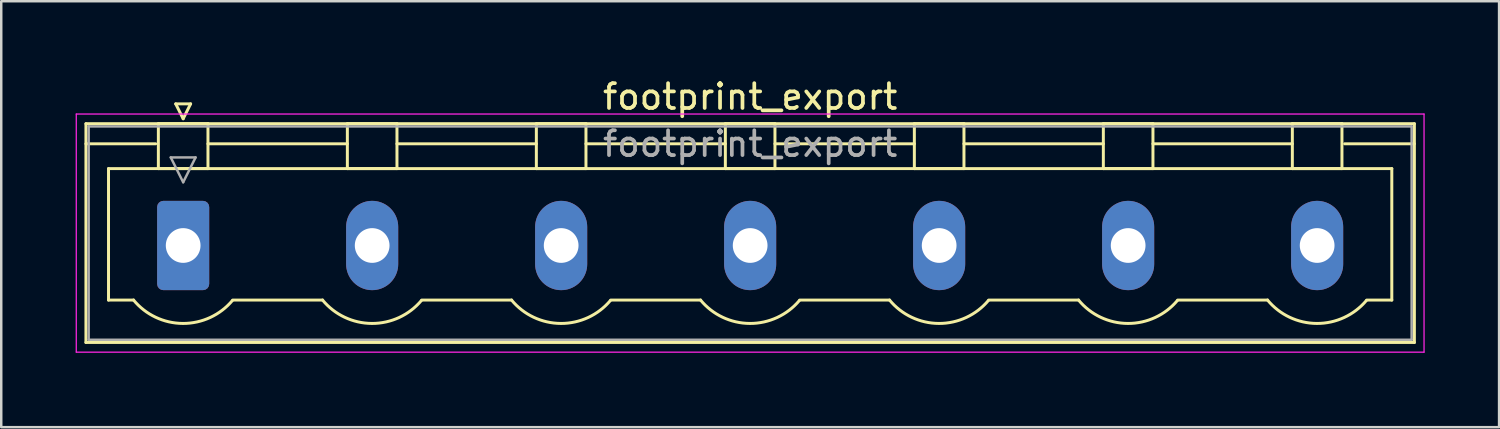
<source format=kicad_pcb>
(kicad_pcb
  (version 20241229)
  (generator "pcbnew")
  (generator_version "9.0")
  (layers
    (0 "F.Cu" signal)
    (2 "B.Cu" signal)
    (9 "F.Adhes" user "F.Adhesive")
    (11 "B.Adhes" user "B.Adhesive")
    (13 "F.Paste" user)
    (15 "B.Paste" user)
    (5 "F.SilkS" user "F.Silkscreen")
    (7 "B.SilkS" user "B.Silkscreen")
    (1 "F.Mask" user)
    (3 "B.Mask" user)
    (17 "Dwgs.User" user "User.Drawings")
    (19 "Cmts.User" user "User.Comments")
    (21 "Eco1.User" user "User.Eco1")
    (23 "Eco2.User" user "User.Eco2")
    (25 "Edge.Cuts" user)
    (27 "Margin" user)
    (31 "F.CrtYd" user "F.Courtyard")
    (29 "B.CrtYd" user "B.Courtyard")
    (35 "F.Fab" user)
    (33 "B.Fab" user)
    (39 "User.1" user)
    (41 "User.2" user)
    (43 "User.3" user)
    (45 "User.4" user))
  (footprint "footprint_export"
    (layer "F.Cu")
    (at 4.335 6.848)
    (property "Reference" "footprint_export" (at 22.86 -6 0) (layer "F.SilkS") (effects (font (size 1 1) (thickness 0.15))))
    (attr through_hole)
    (fp_line (start -3.92 -4.91) (end -3.92 3.91) (stroke (width 0.12) (type solid)) (layer "F.SilkS"))
    (fp_line (start -3.92 -4.1) (end -1.11 -4.1) (stroke (width 0.12) (type solid)) (layer "F.SilkS"))
    (fp_line (start -3.92 3.91) (end 49.64 3.91) (stroke (width 0.12) (type solid)) (layer "F.SilkS"))
    (fp_line (start -3.01 -3.1) (end 48.73 -3.1) (stroke (width 0.12) (type solid)) (layer "F.SilkS"))
    (fp_line (start -3.01 2.2) (end -3.01 -3.1) (stroke (width 0.12) (type solid)) (layer "F.SilkS"))
    (fp_line (start -2 2.2) (end -3.01 2.2) (stroke (width 0.12) (type solid)) (layer "F.SilkS"))
    (fp_line (start -1 -4.91) (end 1 -4.91) (stroke (width 0.12) (type solid)) (layer "F.SilkS"))
    (fp_line (start -1 -3.1) (end -1 -4.91) (stroke (width 0.12) (type solid)) (layer "F.SilkS"))
    (fp_line (start -0.3 -5.71) (end 0.3 -5.71) (stroke (width 0.12) (type solid)) (layer "F.SilkS"))
    (fp_line (start 0 -5.11) (end -0.3 -5.71) (stroke (width 0.12) (type solid)) (layer "F.SilkS"))
    (fp_line (start 0.3 -5.71) (end 0 -5.11) (stroke (width 0.12) (type solid)) (layer "F.SilkS"))
    (fp_line (start 1 -4.91) (end 1 -3.1) (stroke (width 0.12) (type solid)) (layer "F.SilkS"))
    (fp_line (start 1 -4.1) (end 6.62 -4.1) (stroke (width 0.12) (type solid)) (layer "F.SilkS"))
    (fp_line (start 1 -3.1) (end -1 -3.1) (stroke (width 0.12) (type solid)) (layer "F.SilkS"))
    (fp_line (start 2 2.2) (end 5.62 2.2) (stroke (width 0.12) (type solid)) (layer "F.SilkS"))
    (fp_line (start 6.62 -4.91) (end 8.62 -4.91) (stroke (width 0.12) (type solid)) (layer "F.SilkS"))
    (fp_line (start 6.62 -3.1) (end 6.62 -4.91) (stroke (width 0.12) (type solid)) (layer "F.SilkS"))
    (fp_line (start 8.62 -4.91) (end 8.62 -3.1) (stroke (width 0.12) (type solid)) (layer "F.SilkS"))
    (fp_line (start 8.62 -4.1) (end 14.24 -4.1) (stroke (width 0.12) (type solid)) (layer "F.SilkS"))
    (fp_line (start 8.62 -3.1) (end 6.62 -3.1) (stroke (width 0.12) (type solid)) (layer "F.SilkS"))
    (fp_line (start 9.62 2.2) (end 13.24 2.2) (stroke (width 0.12) (type solid)) (layer "F.SilkS"))
    (fp_line (start 14.24 -4.91) (end 16.24 -4.91) (stroke (width 0.12) (type solid)) (layer "F.SilkS"))
    (fp_line (start 14.24 -3.1) (end 14.24 -4.91) (stroke (width 0.12) (type solid)) (layer "F.SilkS"))
    (fp_line (start 16.24 -4.91) (end 16.24 -3.1) (stroke (width 0.12) (type solid)) (layer "F.SilkS"))
    (fp_line (start 16.24 -4.1) (end 21.86 -4.1) (stroke (width 0.12) (type solid)) (layer "F.SilkS"))
    (fp_line (start 16.24 -3.1) (end 14.24 -3.1) (stroke (width 0.12) (type solid)) (layer "F.SilkS"))
    (fp_line (start 17.24 2.2) (end 20.86 2.2) (stroke (width 0.12) (type solid)) (layer "F.SilkS"))
    (fp_line (start 21.86 -4.91) (end 23.86 -4.91) (stroke (width 0.12) (type solid)) (layer "F.SilkS"))
    (fp_line (start 21.86 -3.1) (end 21.86 -4.91) (stroke (width 0.12) (type solid)) (layer "F.SilkS"))
    (fp_line (start 23.86 -4.91) (end 23.86 -3.1) (stroke (width 0.12) (type solid)) (layer "F.SilkS"))
    (fp_line (start 23.86 -4.1) (end 29.48 -4.1) (stroke (width 0.12) (type solid)) (layer "F.SilkS"))
    (fp_line (start 23.86 -3.1) (end 21.86 -3.1) (stroke (width 0.12) (type solid)) (layer "F.SilkS"))
    (fp_line (start 24.86 2.2) (end 28.48 2.2) (stroke (width 0.12) (type solid)) (layer "F.SilkS"))
    (fp_line (start 29.48 -4.91) (end 31.48 -4.91) (stroke (width 0.12) (type solid)) (layer "F.SilkS"))
    (fp_line (start 29.48 -3.1) (end 29.48 -4.91) (stroke (width 0.12) (type solid)) (layer "F.SilkS"))
    (fp_line (start 31.48 -4.91) (end 31.48 -3.1) (stroke (width 0.12) (type solid)) (layer "F.SilkS"))
    (fp_line (start 31.48 -4.1) (end 37.1 -4.1) (stroke (width 0.12) (type solid)) (layer "F.SilkS"))
    (fp_line (start 31.48 -3.1) (end 29.48 -3.1) (stroke (width 0.12) (type solid)) (layer "F.SilkS"))
    (fp_line (start 32.48 2.2) (end 36.1 2.2) (stroke (width 0.12) (type solid)) (layer "F.SilkS"))
    (fp_line (start 37.1 -4.91) (end 39.1 -4.91) (stroke (width 0.12) (type solid)) (layer "F.SilkS"))
    (fp_line (start 37.1 -3.1) (end 37.1 -4.91) (stroke (width 0.12) (type solid)) (layer "F.SilkS"))
    (fp_line (start 39.1 -4.91) (end 39.1 -3.1) (stroke (width 0.12) (type solid)) (layer "F.SilkS"))
    (fp_line (start 39.1 -4.1) (end 44.72 -4.1) (stroke (width 0.12) (type solid)) (layer "F.SilkS"))
    (fp_line (start 39.1 -3.1) (end 37.1 -3.1) (stroke (width 0.12) (type solid)) (layer "F.SilkS"))
    (fp_line (start 40.1 2.2) (end 43.72 2.2) (stroke (width 0.12) (type solid)) (layer "F.SilkS"))
    (fp_line (start 44.72 -4.91) (end 46.72 -4.91) (stroke (width 0.12) (type solid)) (layer "F.SilkS"))
    (fp_line (start 44.72 -3.1) (end 44.72 -4.91) (stroke (width 0.12) (type solid)) (layer "F.SilkS"))
    (fp_line (start 46.72 -4.91) (end 46.72 -3.1) (stroke (width 0.12) (type solid)) (layer "F.SilkS"))
    (fp_line (start 46.72 -3.1) (end 44.72 -3.1) (stroke (width 0.12) (type solid)) (layer "F.SilkS"))
    (fp_line (start 48.73 -3.1) (end 48.73 2.2) (stroke (width 0.12) (type solid)) (layer "F.SilkS"))
    (fp_line (start 48.73 2.2) (end 47.72 2.2) (stroke (width 0.12) (type solid)) (layer "F.SilkS"))
    (fp_line (start 49.64 -4.91) (end -3.92 -4.91) (stroke (width 0.12) (type solid)) (layer "F.SilkS"))
    (fp_line (start 49.64 -4.1) (end 46.83 -4.1) (stroke (width 0.12) (type solid)) (layer "F.SilkS"))
    (fp_line (start 49.64 3.91) (end 49.64 -4.91) (stroke (width 0.12) (type solid)) (layer "F.SilkS"))
    (fp_arc (start 1.986842 2.215821) (mid -0.010289 3.142758) (end -2 2.2) (stroke (width 0.12) (type solid)) (layer "F.SilkS"))
    (fp_arc (start 9.606842 2.215821) (mid 7.609711 3.142758) (end 5.62 2.2) (stroke (width 0.12) (type solid)) (layer "F.SilkS"))
    (fp_arc (start 17.226842 2.215821) (mid 15.229711 3.142758) (end 13.24 2.2) (stroke (width 0.12) (type solid)) (layer "F.SilkS"))
    (fp_arc (start 24.846842 2.215821) (mid 22.849711 3.142758) (end 20.86 2.2) (stroke (width 0.12) (type solid)) (layer "F.SilkS"))
    (fp_arc (start 32.466842 2.215821) (mid 30.469711 3.142758) (end 28.48 2.2) (stroke (width 0.12) (type solid)) (layer "F.SilkS"))
    (fp_arc (start 40.086842 2.215821) (mid 38.089711 3.142758) (end 36.1 2.2) (stroke (width 0.12) (type solid)) (layer "F.SilkS"))
    (fp_arc (start 47.706842 2.215821) (mid 45.709711 3.142758) (end 43.72 2.2) (stroke (width 0.12) (type solid)) (layer "F.SilkS"))
    (fp_line (start -4.31 -5.3) (end -4.31 4.3) (stroke (width 0.05) (type solid)) (layer "F.CrtYd"))
    (fp_line (start -4.31 4.3) (end 50.03 4.3) (stroke (width 0.05) (type solid)) (layer "F.CrtYd"))
    (fp_line (start 50.03 -5.3) (end -4.31 -5.3) (stroke (width 0.05) (type solid)) (layer "F.CrtYd"))
    (fp_line (start 50.03 4.3) (end 50.03 -5.3) (stroke (width 0.05) (type solid)) (layer "F.CrtYd"))
    (fp_line (start -3.81 -4.8) (end -3.81 3.8) (stroke (width 0.1) (type solid)) (layer "F.Fab"))
    (fp_line (start -3.81 3.8) (end 49.53 3.8) (stroke (width 0.1) (type solid)) (layer "F.Fab"))
    (fp_line (start -0.5 -3.55) (end 0.5 -3.55) (stroke (width 0.1) (type solid)) (layer "F.Fab"))
    (fp_line (start 0 -2.55) (end -0.5 -3.55) (stroke (width 0.1) (type solid)) (layer "F.Fab"))
    (fp_line (start 0.5 -3.55) (end 0 -2.55) (stroke (width 0.1) (type solid)) (layer "F.Fab"))
    (fp_line (start 49.53 -4.8) (end -3.81 -4.8) (stroke (width 0.1) (type solid)) (layer "F.Fab"))
    (fp_line (start 49.53 3.8) (end 49.53 -4.8) (stroke (width 0.1) (type solid)) (layer "F.Fab"))
    (fp_text user "${REFERENCE}" (at 22.86 -4.1 0) (layer "F.Fab") (effects (font (size 1 1) (thickness 0.15))))
    (pad "1" thru_hole roundrect (at 0 0) (size 2.1 3.6) (drill 1.4) (layers "*.Cu" "*.Mask") (roundrect_rratio 0.119))
    (pad "2" thru_hole oval (at 7.62 0) (size 2.1 3.6) (drill 1.4) (layers "*.Cu" "*.Mask"))
    (pad "3" thru_hole oval (at 15.24 0) (size 2.1 3.6) (drill 1.4) (layers "*.Cu" "*.Mask"))
    (pad "4" thru_hole oval (at 22.86 0) (size 2.1 3.6) (drill 1.4) (layers "*.Cu" "*.Mask"))
    (pad "5" thru_hole oval (at 30.48 0) (size 2.1 3.6) (drill 1.4) (layers "*.Cu" "*.Mask"))
    (pad "6" thru_hole oval (at 38.1 0) (size 2.1 3.6) (drill 1.4) (layers "*.Cu" "*.Mask"))
    (pad "7" thru_hole oval (at 45.72 0) (size 2.1 3.6) (drill 1.4) (layers "*.Cu" "*.Mask")))
  (gr_rect
    (start -3 -3)
    (end 57.39 14.173)
    (stroke (width 0.1) (type default))
    (fill no)
    (layer "Edge.Cuts")))
</source>
